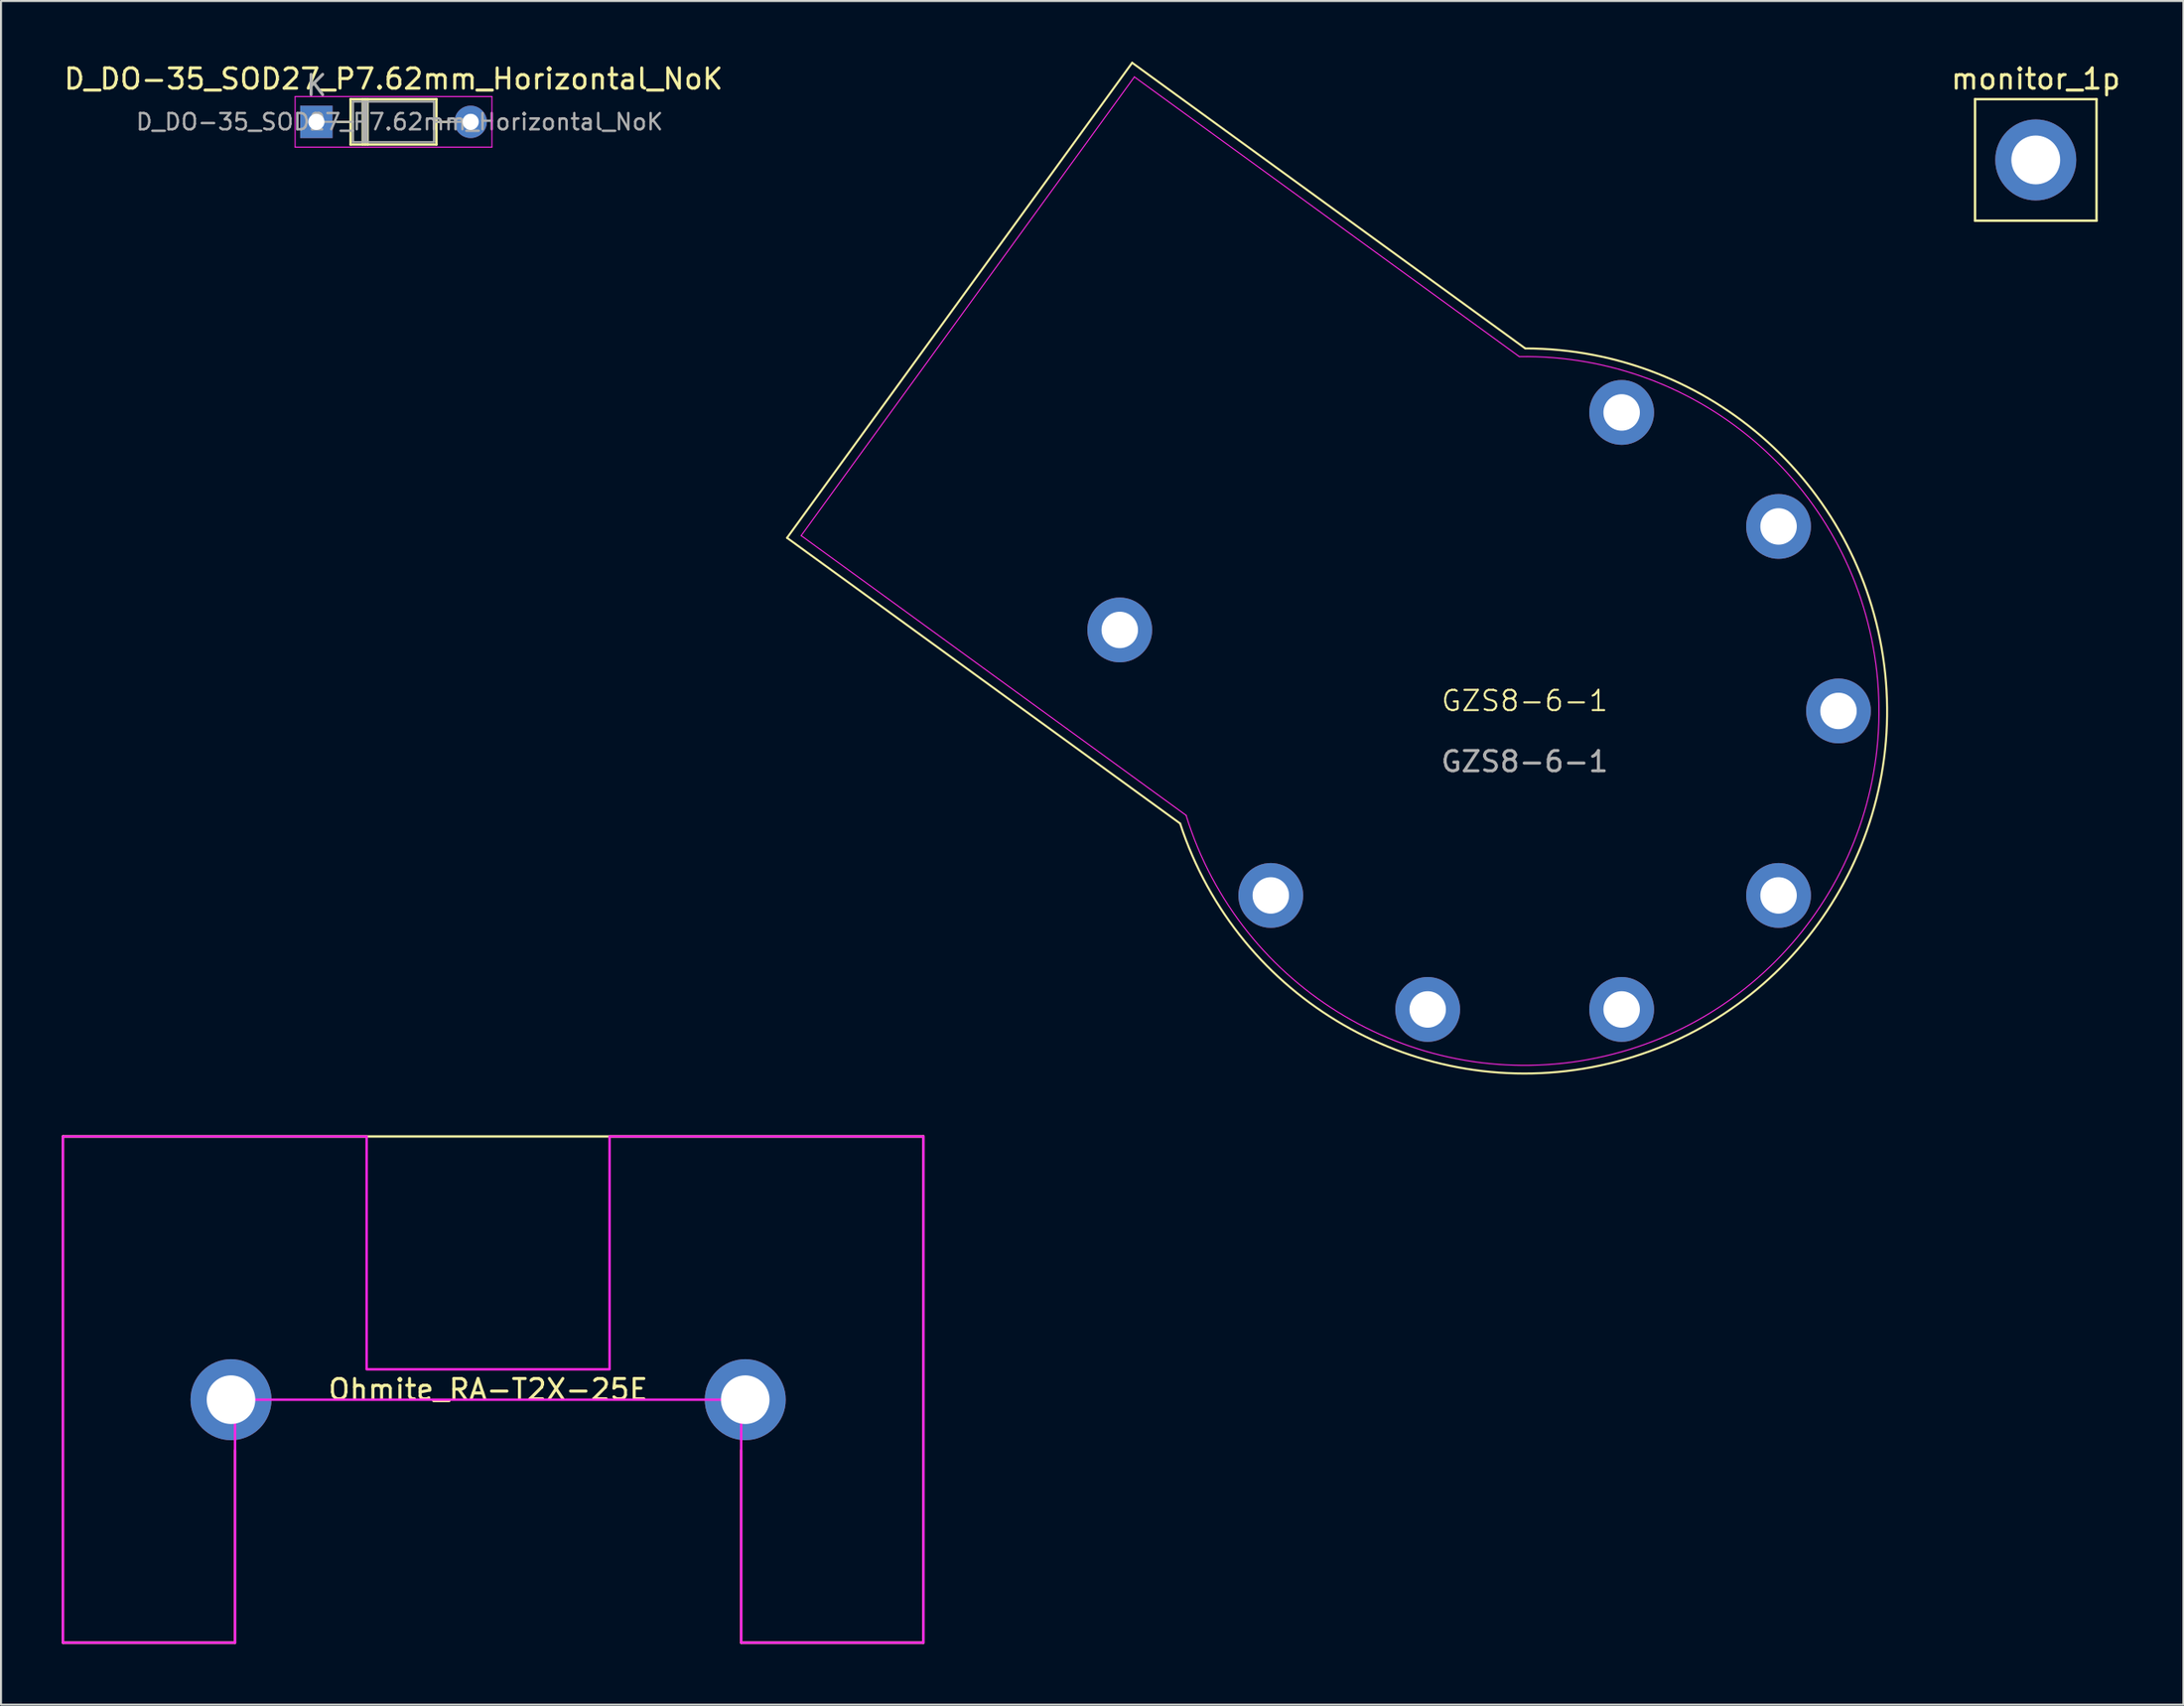
<source format=kicad_pcb>
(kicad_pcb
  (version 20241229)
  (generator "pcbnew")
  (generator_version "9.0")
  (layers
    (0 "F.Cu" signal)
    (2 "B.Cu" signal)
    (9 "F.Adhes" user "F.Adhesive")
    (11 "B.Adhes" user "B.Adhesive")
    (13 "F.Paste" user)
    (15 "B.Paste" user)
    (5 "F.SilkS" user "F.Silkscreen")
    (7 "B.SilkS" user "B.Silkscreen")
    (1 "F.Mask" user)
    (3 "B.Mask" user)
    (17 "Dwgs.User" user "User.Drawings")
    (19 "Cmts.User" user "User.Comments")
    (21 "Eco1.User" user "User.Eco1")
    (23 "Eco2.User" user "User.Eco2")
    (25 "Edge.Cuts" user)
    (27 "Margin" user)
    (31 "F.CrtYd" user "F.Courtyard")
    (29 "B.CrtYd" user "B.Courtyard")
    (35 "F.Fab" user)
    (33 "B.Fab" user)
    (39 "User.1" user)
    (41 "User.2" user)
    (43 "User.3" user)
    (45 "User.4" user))
  (footprint "GZS8-6-1"
    (layer "F.Cu")
    (at 72.258 32.059)
    (property "Reference" "GZS8-6-1" (at 0 -0.5 0) (unlocked yes) (layer "F.SilkS") (effects (font (size 1 1) (thickness 0.1))))
    (attr through_hole)
    (fp_line (start -36.434 -8.548) (end -17.018 5.559) (stroke (width 0.1) (type default)) (layer "F.SilkS"))
    (fp_line (start -19.388 -32.009) (end -36.434 -8.548) (stroke (width 0.1) (type default)) (layer "F.SilkS"))
    (fp_line (start -19.388 -32.009) (end 0.028 -17.902) (stroke (width 0.1) (type default)) (layer "F.SilkS"))
    (fp_arc (start 0.028207 -17.902491) (mid 14.483437 10.522833) (end -17.017564 5.559) (stroke (width 0.1) (type default)) (layer "F.SilkS"))
    (fp_line (start -35.736 -8.658) (end -16.724 5.154) (stroke (width 0.05) (type default)) (layer "F.CrtYd"))
    (fp_line (start -19.278 -31.311) (end -35.736 -8.658) (stroke (width 0.05) (type default)) (layer "F.CrtYd"))
    (fp_line (start -19.278 -31.311) (end -0.266 -17.498) (stroke (width 0.05) (type default)) (layer "F.CrtYd"))
    (fp_arc (start -0.265685 -17.497983) (mid 14.157797 10.286242) (end -16.723672 5.154493) (stroke (width 0.05) (type default)) (layer "F.CrtYd"))
    (fp_text user "${REFERENCE}" (at 0 2.5 0) (unlocked yes) (layer "F.Fab") (effects (font (size 1 1) (thickness 0.15))))
    (pad "0" thru_hole circle (at -20 -4) (size 3.2 3.2) (drill 1.8) (layers "*.Cu" "*.Mask"))
    (pad "3" thru_hole circle (at -12.54 9.111) (size 3.2 3.2) (drill 1.8) (layers "*.Cu" "*.Mask"))
    (pad "4" thru_hole circle (at -4.79 14.741) (size 3.2 3.2) (drill 1.8) (layers "*.Cu" "*.Mask"))
    (pad "5" thru_hole circle (at 4.79 14.741) (size 3.2 3.2) (drill 1.8) (layers "*.Cu" "*.Mask"))
    (pad "6" thru_hole circle (at 12.54 9.111) (size 3.2 3.2) (drill 1.8) (layers "*.Cu" "*.Mask"))
    (pad "7" thru_hole circle (at 15.5 0) (size 3.2 3.2) (drill 1.8) (layers "*.Cu" "*.Mask"))
    (pad "8" thru_hole circle (at 12.54 -9.111) (size 3.2 3.2) (drill 1.8) (layers "*.Cu" "*.Mask"))
    (pad "9" thru_hole circle (at 4.79 -14.741) (size 3.2 3.2) (drill 1.8) (layers "*.Cu" "*.Mask")))
  (footprint "D_DO-35_SOD27_P7.62mm_Horizontal_NoK"
    (layer "F.Cu")
    (at 12.577 2.968)
    (property "Reference" "D_DO-35_SOD27_P7.62mm_Horizontal_NoK" (at 3.81 -2.12 0) (layer "F.SilkS") (effects (font (size 1 1) (thickness 0.15))))
    (attr through_hole)
    (fp_line (start 1.04 0) (end 1.69 0) (stroke (width 0.12) (type solid)) (layer "F.SilkS"))
    (fp_line (start 1.69 -1.12) (end 1.69 1.12) (stroke (width 0.12) (type solid)) (layer "F.SilkS"))
    (fp_line (start 1.69 1.12) (end 5.93 1.12) (stroke (width 0.12) (type solid)) (layer "F.SilkS"))
    (fp_line (start 2.29 -1.12) (end 2.29 1.12) (stroke (width 0.12) (type solid)) (layer "F.SilkS"))
    (fp_line (start 2.41 -1.12) (end 2.41 1.12) (stroke (width 0.12) (type solid)) (layer "F.SilkS"))
    (fp_line (start 2.53 -1.12) (end 2.53 1.12) (stroke (width 0.12) (type solid)) (layer "F.SilkS"))
    (fp_line (start 5.93 -1.12) (end 1.69 -1.12) (stroke (width 0.12) (type solid)) (layer "F.SilkS"))
    (fp_line (start 5.93 1.12) (end 5.93 -1.12) (stroke (width 0.12) (type solid)) (layer "F.SilkS"))
    (fp_line (start 6.58 0) (end 5.93 0) (stroke (width 0.12) (type solid)) (layer "F.SilkS"))
    (fp_line (start -1.05 -1.25) (end -1.05 1.25) (stroke (width 0.05) (type solid)) (layer "F.CrtYd"))
    (fp_line (start -1.05 1.25) (end 8.67 1.25) (stroke (width 0.05) (type solid)) (layer "F.CrtYd"))
    (fp_line (start 8.67 -1.25) (end -1.05 -1.25) (stroke (width 0.05) (type solid)) (layer "F.CrtYd"))
    (fp_line (start 8.67 1.25) (end 8.67 -1.25) (stroke (width 0.05) (type solid)) (layer "F.CrtYd"))
    (fp_line (start 0 0) (end 1.81 0) (stroke (width 0.1) (type solid)) (layer "F.Fab"))
    (fp_line (start 1.81 -1) (end 1.81 1) (stroke (width 0.1) (type solid)) (layer "F.Fab"))
    (fp_line (start 1.81 1) (end 5.81 1) (stroke (width 0.1) (type solid)) (layer "F.Fab"))
    (fp_line (start 2.31 -1) (end 2.31 1) (stroke (width 0.1) (type solid)) (layer "F.Fab"))
    (fp_line (start 2.41 -1) (end 2.41 1) (stroke (width 0.1) (type solid)) (layer "F.Fab"))
    (fp_line (start 2.51 -1) (end 2.51 1) (stroke (width 0.1) (type solid)) (layer "F.Fab"))
    (fp_line (start 5.81 -1) (end 1.81 -1) (stroke (width 0.1) (type solid)) (layer "F.Fab"))
    (fp_line (start 5.81 1) (end 5.81 -1) (stroke (width 0.1) (type solid)) (layer "F.Fab"))
    (fp_line (start 7.62 0) (end 5.81 0) (stroke (width 0.1) (type solid)) (layer "F.Fab"))
    (fp_text user "K" (at 0 -1.8 0) (layer "F.Fab") (effects (font (size 1 1) (thickness 0.15))))
    (fp_text user "${REFERENCE}" (at 4.11 0 0) (layer "F.Fab") (effects (font (size 0.8 0.8) (thickness 0.12))))
    (pad "1" thru_hole rect (at 0 0) (size 1.6 1.6) (drill 0.8) (layers "*.Cu" "*.Mask"))
    (pad "2" thru_hole oval (at 7.62 0) (size 1.6 1.6) (drill 0.8) (layers "*.Cu" "*.Mask")))
  (footprint "Ohmite_RA-T2X-25E"
    (layer "F.Cu")
    (at 21.06 66.072)
    (property "Reference" "Ohmite_RA-T2X-25E" (at 0 -0.5 0) (unlocked yes) (layer "F.SilkS") (effects (font (size 1 1) (thickness 0.15))))
    (attr through_hole)
    (fp_line (start -21 -13) (end -21 12) (stroke (width 0.12) (type default)) (layer "F.SilkS"))
    (fp_line (start -21 -13) (end 21.5 -13) (stroke (width 0.12) (type default)) (layer "F.SilkS"))
    (fp_line (start -21 12) (end -12.5 12) (stroke (width 0.12) (type default)) (layer "F.SilkS"))
    (fp_line (start -12.5 12) (end -12.5 2.5) (stroke (width 0.12) (type default)) (layer "F.SilkS"))
    (fp_line (start 12.5 12) (end 12.5 2.5) (stroke (width 0.12) (type default)) (layer "F.SilkS"))
    (fp_line (start 21.5 -13) (end 21.5 12) (stroke (width 0.12) (type default)) (layer "F.SilkS"))
    (fp_line (start 21.5 12) (end 12.5 12) (stroke (width 0.12) (type default)) (layer "F.SilkS"))
    (fp_poly (pts (xy -12.5 0) (xy -12.5 12) (xy -21 12) (xy -21 -13) (xy -6 -13) (xy -6 -1.5) (xy 6 -1.5) (xy 6 -13) (xy 21.5 -13) (xy 21.5 12) (xy 12.5 12) (xy 12.5 0)) (stroke (width 0.12) (type solid)) (fill no) (layer "F.CrtYd"))
    (pad "1" thru_hole circle (at -12.7 0) (size 4 4) (drill 2.4) (layers "*.Cu" "*.Mask"))
    (pad "1" thru_hole circle (at 12.7 0) (size 4 4) (drill 2.4) (layers "*.Cu" "*.Mask")))
  (footprint "monitor_1p"
    (layer "F.Cu")
    (at 97.502 4.848)
    (property "Reference" "monitor_1p" (at 0 -4 0) (unlocked yes) (layer "F.SilkS") (effects (font (size 1 1) (thickness 0.15))))
    (attr through_hole)
    (fp_line (start -3 -3) (end 3 -3) (stroke (width 0.12) (type solid)) (layer "F.SilkS"))
    (fp_line (start -3 3) (end -3 -3) (stroke (width 0.12) (type solid)) (layer "F.SilkS"))
    (fp_line (start 3 -3) (end 3 3) (stroke (width 0.12) (type solid)) (layer "F.SilkS"))
    (fp_line (start 3 3) (end -3 3) (stroke (width 0.12) (type solid)) (layer "F.SilkS"))
    (pad "1" thru_hole circle (at 0 0) (size 4 4) (drill 2.41) (layers "*.Cu" "*.Mask")))
  (gr_rect
    (start -3 -3)
    (end 104.794 81.132)
    (stroke (width 0.1) (type default))
    (fill no)
    (layer "Edge.Cuts")))
</source>
